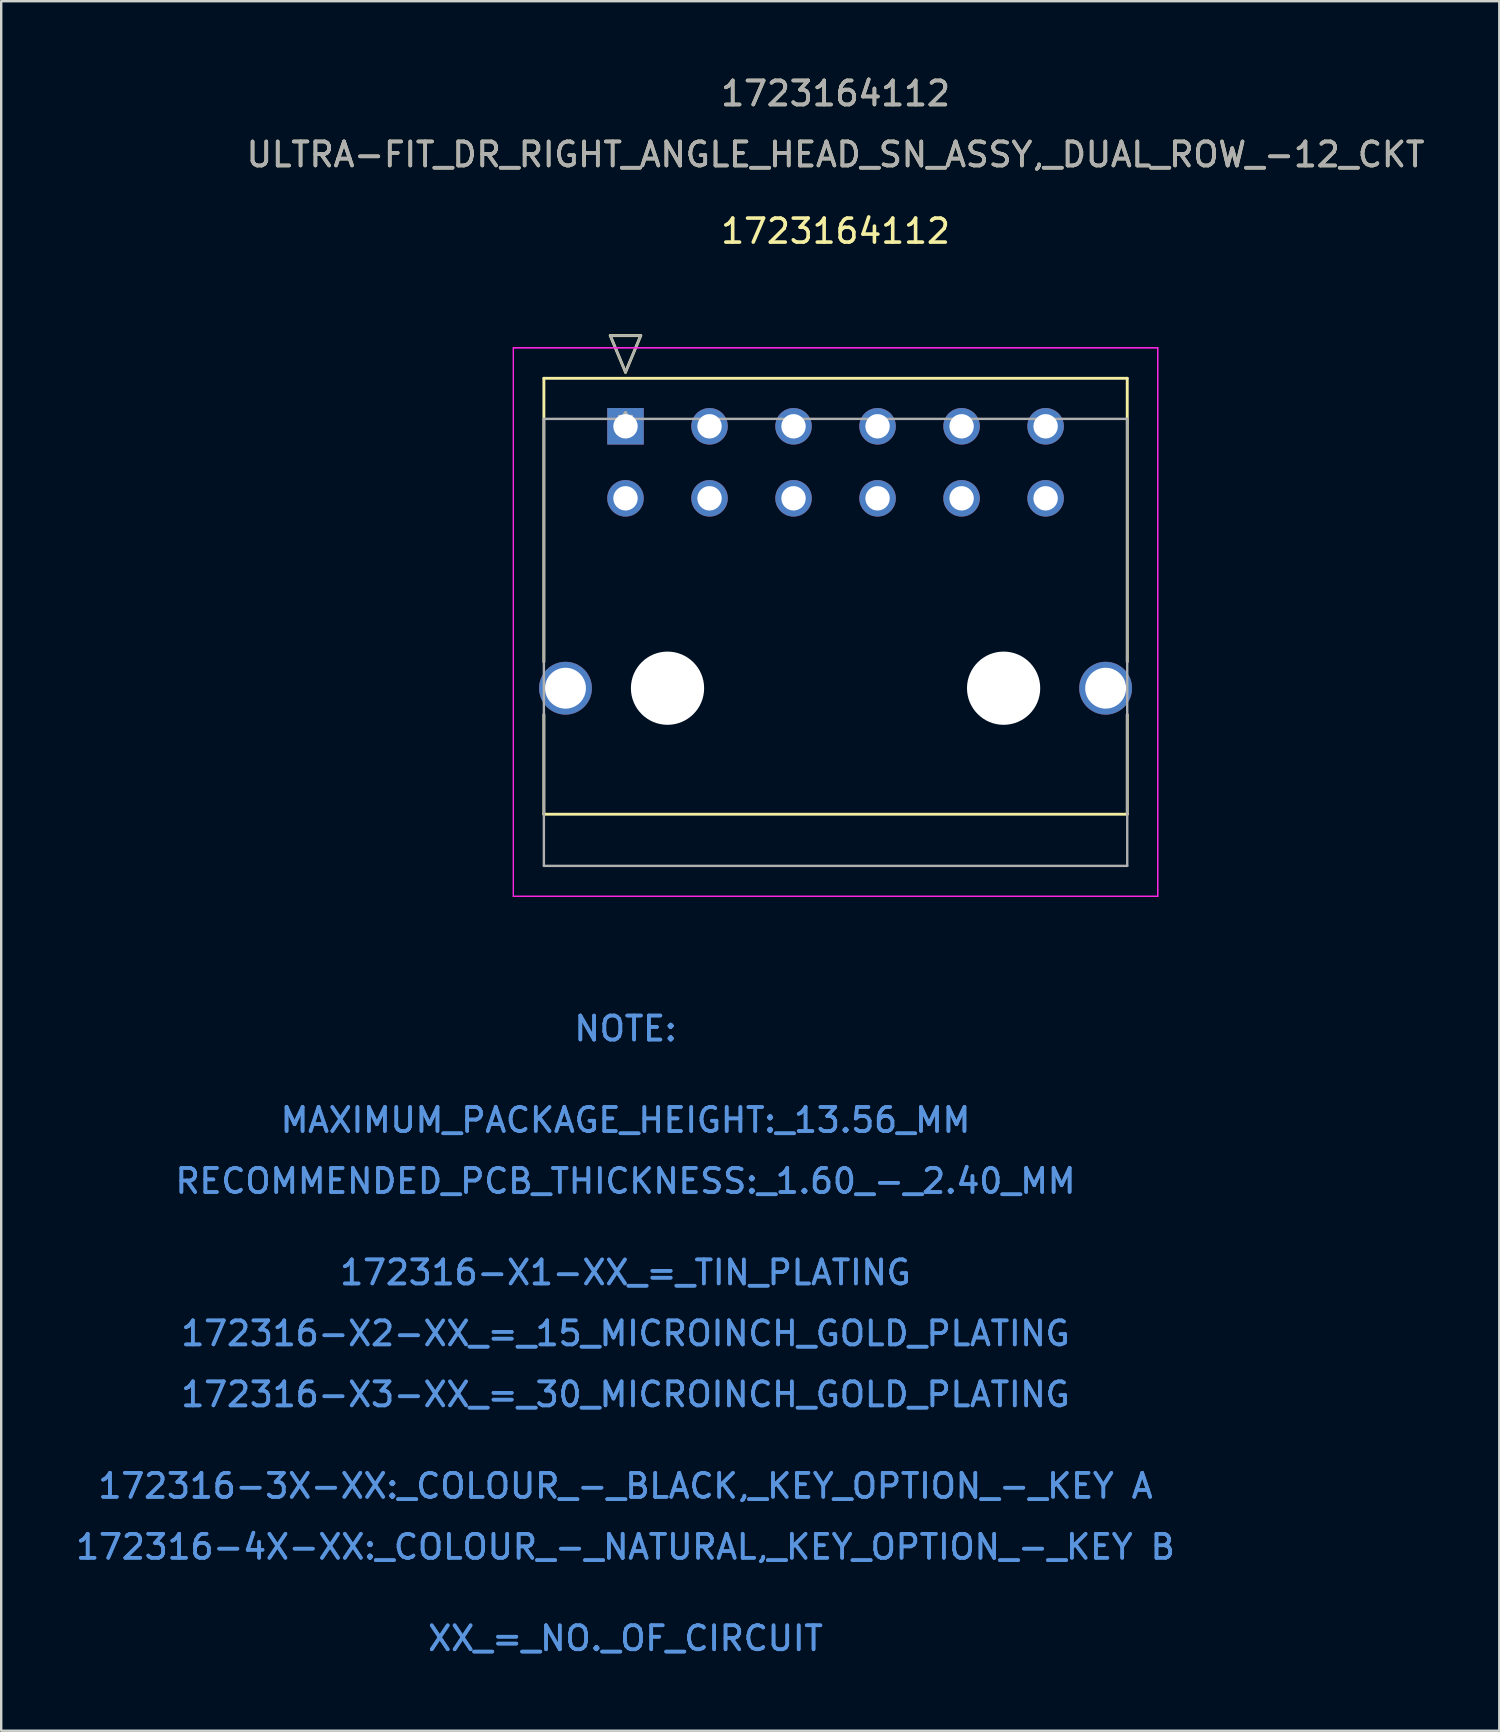
<source format=kicad_pcb>
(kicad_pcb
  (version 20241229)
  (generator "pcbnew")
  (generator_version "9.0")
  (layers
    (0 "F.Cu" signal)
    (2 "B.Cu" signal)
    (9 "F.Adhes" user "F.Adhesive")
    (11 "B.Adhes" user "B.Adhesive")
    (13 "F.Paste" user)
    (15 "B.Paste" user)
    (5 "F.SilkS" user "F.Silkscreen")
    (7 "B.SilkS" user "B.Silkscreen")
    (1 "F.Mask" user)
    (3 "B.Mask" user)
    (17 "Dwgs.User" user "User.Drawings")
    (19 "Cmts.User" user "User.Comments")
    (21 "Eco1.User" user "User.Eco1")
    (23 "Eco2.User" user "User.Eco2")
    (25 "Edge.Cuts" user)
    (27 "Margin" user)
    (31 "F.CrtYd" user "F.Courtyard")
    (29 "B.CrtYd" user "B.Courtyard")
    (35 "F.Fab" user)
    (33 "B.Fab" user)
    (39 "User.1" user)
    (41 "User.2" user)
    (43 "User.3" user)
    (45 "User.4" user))
  (footprint "1723164112"
    (layer "F.Cu")
    (at 23.006 14.708)
    (property "Reference" "1723164112" (at 8.75 -8.128 0) (layer "F.SilkS") (effects (font (size 1 1) (thickness 0.15))))
    (attr through_hole)
    (fp_line (start -3.4 -2) (end -3.4 9.812) (stroke (width 0.12) (type solid)) (layer "F.SilkS"))
    (fp_line (start -3.4 12.008) (end -3.4 16.16) (stroke (width 0.12) (type solid)) (layer "F.SilkS"))
    (fp_line (start -3.4 16.16) (end 20.9 16.16) (stroke (width 0.12) (type solid)) (layer "F.SilkS"))
    (fp_line (start -0.635 -3.778) (end 0 -2.254) (stroke (width 0.12) (type solid)) (layer "F.SilkS"))
    (fp_line (start 0 -2.254) (end 0.635 -3.778) (stroke (width 0.12) (type solid)) (layer "F.SilkS"))
    (fp_line (start 0.635 -3.778) (end -0.635 -3.778) (stroke (width 0.12) (type solid)) (layer "F.SilkS"))
    (fp_line (start 20.9 -2) (end -3.4 -2) (stroke (width 0.12) (type solid)) (layer "F.SilkS"))
    (fp_line (start 20.9 9.812) (end 20.9 -2) (stroke (width 0.12) (type solid)) (layer "F.SilkS"))
    (fp_line (start 20.9 16.16) (end 20.9 12.008) (stroke (width 0.12) (type solid)) (layer "F.SilkS"))
    (fp_line (start -4.67 -3.27) (end -4.67 19.58) (stroke (width 0.05) (type solid)) (layer "F.CrtYd"))
    (fp_line (start -4.67 -3.27) (end -4.67 19.58) (stroke (width 0.05) (type solid)) (layer "F.CrtYd"))
    (fp_line (start -4.67 19.58) (end 22.17 19.58) (stroke (width 0.05) (type solid)) (layer "F.CrtYd"))
    (fp_line (start -4.67 19.58) (end 22.17 19.58) (stroke (width 0.05) (type solid)) (layer "F.CrtYd"))
    (fp_line (start 22.17 -3.27) (end -4.67 -3.27) (stroke (width 0.05) (type solid)) (layer "F.CrtYd"))
    (fp_line (start 22.17 -3.27) (end -4.67 -3.27) (stroke (width 0.05) (type solid)) (layer "F.CrtYd"))
    (fp_line (start 22.17 19.58) (end 22.17 -3.27) (stroke (width 0.05) (type solid)) (layer "F.CrtYd"))
    (fp_line (start 22.17 19.58) (end 22.17 -3.27) (stroke (width 0.05) (type solid)) (layer "F.CrtYd"))
    (fp_line (start -3.4 -0.31) (end -3.4 18.31) (stroke (width 0.1) (type solid)) (layer "F.Fab"))
    (fp_line (start -3.4 18.31) (end 20.9 18.31) (stroke (width 0.1) (type solid)) (layer "F.Fab"))
    (fp_line (start -0.635 -3.778) (end 0 -2.254) (stroke (width 0.1) (type solid)) (layer "F.Fab"))
    (fp_line (start 0 -2.254) (end 0.635 -3.778) (stroke (width 0.1) (type solid)) (layer "F.Fab"))
    (fp_line (start 0.635 -3.778) (end -0.635 -3.778) (stroke (width 0.1) (type solid)) (layer "F.Fab"))
    (fp_line (start 20.9 -0.31) (end -3.4 -0.31) (stroke (width 0.1) (type solid)) (layer "F.Fab"))
    (fp_line (start 20.9 18.31) (end 20.9 -0.31) (stroke (width 0.1) (type solid)) (layer "F.Fab"))
    (fp_text user "*" (at 0 0 0) (layer "F.SilkS") (effects (font (size 1 1) (thickness 0.15))))
    (fp_text user "1723164112" (at 8.75 -13.86 0) (layer "F.SilkS") (effects (font (size 1 1) (thickness 0.15))))
    (fp_text user "ULTRA-FIT_DR_RIGHT_ANGLE_HEAD_SN_ASSY,_DUAL_ROW_-12_CKT" (at 8.75 -11.32 0) (layer "F.SilkS") (effects (font (size 1 1) (thickness 0.15))))
    (fp_text user "172316-X2-XX_=_15_MICROINCH_GOLD_PLATING" (at 0 37.79 0) (layer "Cmts.User") (effects (font (size 1 1) (thickness 0.15))))
    (fp_text user "XX_=_NO._OF_CIRCUIT" (at 0 50.49 0) (layer "Cmts.User") (effects (font (size 1 1) (thickness 0.15))))
    (fp_text user "172316-3X-XX:_COLOUR_-_BLACK,_KEY_OPTION_-_KEY A" (at 0 44.14 0) (layer "Cmts.User") (effects (font (size 1 1) (thickness 0.15))))
    (fp_text user "172316-X2-XX_=_15_MICROINCH_GOLD_PLATING" (at 0 37.79 0) (layer "Cmts.User") (effects (font (size 1 1) (thickness 0.15))))
    (fp_text user "172316-X1-XX_=_TIN_PLATING" (at 0 35.25 0) (layer "Cmts.User") (effects (font (size 1 1) (thickness 0.15))))
    (fp_text user "XX_=_NO._OF_CIRCUIT" (at 0 50.49 0) (layer "Cmts.User") (effects (font (size 1 1) (thickness 0.15))))
    (fp_text user "172316-4X-XX:_COLOUR_-_NATURAL,_KEY_OPTION_-_KEY B" (at 0 46.68 0) (layer "Cmts.User") (effects (font (size 1 1) (thickness 0.15))))
    (fp_text user "MAXIMUM_PACKAGE_HEIGHT:_13.56_MM" (at 0 28.9 0) (layer "Cmts.User") (effects (font (size 1 1) (thickness 0.15))))
    (fp_text user "Copyright 2021 Accelerated Designs. All rights reserved." (at 0 0 0) (layer "Cmts.User") (effects (font (size 0.127 0.127) (thickness 0.002))))
    (fp_text user "NOTE:" (at 0 25.09 0) (layer "Cmts.User") (effects (font (size 1 1) (thickness 0.15))))
    (fp_text user "172316-3X-XX:_COLOUR_-_BLACK,_KEY_OPTION_-_KEY A" (at 0 44.14 0) (layer "Cmts.User") (effects (font (size 1 1) (thickness 0.15))))
    (fp_text user "NOTE:" (at 0 25.09 0) (layer "Cmts.User") (effects (font (size 1 1) (thickness 0.15))))
    (fp_text user "172316-X1-XX_=_TIN_PLATING" (at 0 35.25 0) (layer "Cmts.User") (effects (font (size 1 1) (thickness 0.15))))
    (fp_text user "172316-X3-XX_=_30_MICROINCH_GOLD_PLATING" (at 0 40.33 0) (layer "Cmts.User") (effects (font (size 1 1) (thickness 0.15))))
    (fp_text user "MAXIMUM_PACKAGE_HEIGHT:_13.56_MM" (at 0 28.9 0) (layer "Cmts.User") (effects (font (size 1 1) (thickness 0.15))))
    (fp_text user "RECOMMENDED_PCB_THICKNESS:_1.60_-_2.40_MM" (at 0 31.44 0) (layer "Cmts.User") (effects (font (size 1 1) (thickness 0.15))))
    (fp_text user "RECOMMENDED_PCB_THICKNESS:_1.60_-_2.40_MM" (at 0 31.44 0) (layer "Cmts.User") (effects (font (size 1 1) (thickness 0.15))))
    (fp_text user "172316-X3-XX_=_30_MICROINCH_GOLD_PLATING" (at 0 40.33 0) (layer "Cmts.User") (effects (font (size 1 1) (thickness 0.15))))
    (fp_text user "172316-4X-XX:_COLOUR_-_NATURAL,_KEY_OPTION_-_KEY B" (at 0 46.68 0) (layer "Cmts.User") (effects (font (size 1 1) (thickness 0.15))))
    (fp_text user "ULTRA-FIT_DR_RIGHT_ANGLE_HEAD_SN_ASSY,_DUAL_ROW_-12_CKT" (at 8.75 -11.32 0) (layer "F.Fab") (effects (font (size 1 1) (thickness 0.15))))
    (fp_text user "*" (at 0 0 0) (layer "F.Fab") (effects (font (size 1 1) (thickness 0.15))))
    (fp_text user "1723164112" (at 8.75 -13.86 0) (layer "F.Fab") (effects (font (size 1 1) (thickness 0.15))))
    (pad "" np_thru_hole circle (at 1.75 10.91) (size 3.05 3.05) (drill 3.05) (layers "*.Cu" "*.Mask"))
    (pad "" np_thru_hole circle (at 15.75 10.91) (size 3.05 3.05) (drill 3.05) (layers "*.Cu" "*.Mask"))
    (pad "1" thru_hole rect (at 0 0) (size 1.52 1.52) (drill 1.016) (layers "*.Cu" "*.Mask"))
    (pad "2" thru_hole circle (at 3.5 0) (size 1.52 1.52) (drill 1.016) (layers "*.Cu" "*.Mask"))
    (pad "3" thru_hole circle (at 7 0) (size 1.52 1.52) (drill 1.016) (layers "*.Cu" "*.Mask"))
    (pad "4" thru_hole circle (at 10.5 0) (size 1.52 1.52) (drill 1.016) (layers "*.Cu" "*.Mask"))
    (pad "5" thru_hole circle (at 14 0) (size 1.52 1.52) (drill 1.016) (layers "*.Cu" "*.Mask"))
    (pad "6" thru_hole circle (at 17.5 0) (size 1.52 1.52) (drill 1.016) (layers "*.Cu" "*.Mask"))
    (pad "7" thru_hole circle (at 0 3) (size 1.52 1.52) (drill 1.016) (layers "*.Cu" "*.Mask"))
    (pad "8" thru_hole circle (at 3.5 3) (size 1.52 1.52) (drill 1.016) (layers "*.Cu" "*.Mask"))
    (pad "9" thru_hole circle (at 7 3) (size 1.52 1.52) (drill 1.016) (layers "*.Cu" "*.Mask"))
    (pad "10" thru_hole circle (at 10.5 3) (size 1.52 1.52) (drill 1.016) (layers "*.Cu" "*.Mask"))
    (pad "11" thru_hole circle (at 14 3) (size 1.52 1.52) (drill 1.016) (layers "*.Cu" "*.Mask"))
    (pad "12" thru_hole circle (at 17.5 3) (size 1.52 1.52) (drill 1.016) (layers "*.Cu" "*.Mask"))
    (pad "13" thru_hole circle (at -2.5 10.91) (size 2.2 2.2) (drill 1.702) (layers "*.Cu" "*.Mask"))
    (pad "14" thru_hole circle (at 20 10.91) (size 2.2 2.2) (drill 1.702) (layers "*.Cu" "*.Mask")))
  (gr_rect
    (start -3 -3)
    (end 59.405 69.046)
    (stroke (width 0.1) (type default))
    (fill no)
    (layer "Edge.Cuts")))
</source>
